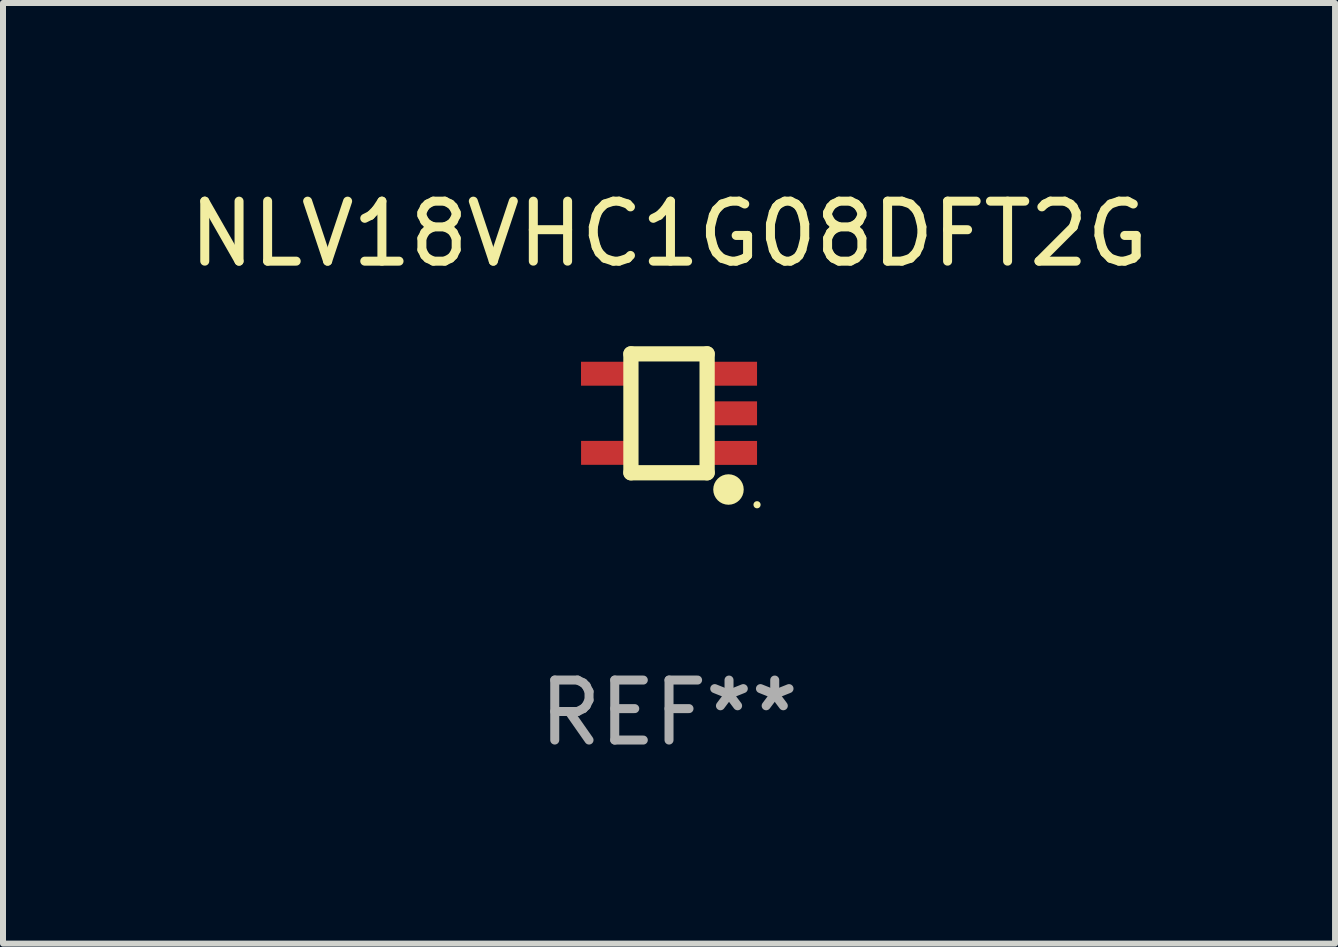
<source format=kicad_pcb>
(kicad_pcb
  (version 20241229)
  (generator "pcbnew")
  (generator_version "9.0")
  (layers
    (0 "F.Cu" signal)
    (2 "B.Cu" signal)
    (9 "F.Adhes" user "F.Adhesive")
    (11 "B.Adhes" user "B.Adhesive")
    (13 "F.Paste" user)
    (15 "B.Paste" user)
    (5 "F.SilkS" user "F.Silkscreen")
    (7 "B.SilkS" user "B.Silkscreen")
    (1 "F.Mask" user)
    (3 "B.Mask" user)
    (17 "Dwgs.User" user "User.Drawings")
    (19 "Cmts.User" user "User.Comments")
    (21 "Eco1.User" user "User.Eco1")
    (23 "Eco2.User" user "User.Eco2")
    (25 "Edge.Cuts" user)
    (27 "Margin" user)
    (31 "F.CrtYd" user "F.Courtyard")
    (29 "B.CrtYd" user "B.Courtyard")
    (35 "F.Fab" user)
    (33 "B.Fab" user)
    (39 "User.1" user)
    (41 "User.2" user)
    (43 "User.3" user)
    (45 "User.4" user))
  (footprint "NLV18VHC1G08DFT2G"
    (layer "F.Cu")
    (at 8.101 3.839)
    (property "Reference" "NLV18VHC1G08DFT2G" (at 0 -2.991 0) (layer "F.SilkS") (effects (font (size 1 1) (thickness 0.15))))
    (attr through_hole)
    (fp_line (start -0.635 -0.991) (end 0.635 -0.991) (stroke (width 0.254) (type solid)) (layer "F.SilkS"))
    (fp_line (start -0.635 0.991) (end -0.635 -0.991) (stroke (width 0.254) (type solid)) (layer "F.SilkS"))
    (fp_line (start 0.635 -0.991) (end 0.635 0.991) (stroke (width 0.254) (type solid)) (layer "F.SilkS"))
    (fp_line (start 0.635 0.991) (end -0.635 0.991) (stroke (width 0.254) (type solid)) (layer "F.SilkS"))
    (fp_circle (center 0.991 1.27) (end 1.118 1.27) (stroke (width 0.254) (type solid)) (fill no) (layer "F.SilkS"))
    (fp_circle (center 1.467 1.524) (end 1.497 1.524) (stroke (width 0.06) (type solid)) (fill no) (layer "F.SilkS"))
    (fp_text user "REF**" (at 0 4.991 0) (layer "F.Fab") (effects (font (size 1 1) (thickness 0.15))))
    (pad "1" smd rect (at 1.067 0.66 180) (size 0.8 0.399) (layers "F.Cu" "F.Mask" "F.Paste"))
    (pad "2" smd rect (at 1.067 0 180) (size 0.8 0.399) (layers "F.Cu" "F.Mask" "F.Paste"))
    (pad "3" smd rect (at 1.067 -0.66 180) (size 0.8 0.399) (layers "F.Cu" "F.Mask" "F.Paste"))
    (pad "4" smd rect (at -1.067 -0.66 180) (size 0.8 0.399) (layers "F.Cu" "F.Mask" "F.Paste"))
    (pad "5" smd rect (at -1.066 0.659 180) (size 0.8 0.399) (layers "F.Cu" "F.Mask" "F.Paste")))
  (gr_rect
    (start -3 -3)
    (end 19.202 12.678)
    (stroke (width 0.1) (type default))
    (fill no)
    (layer "Edge.Cuts")))
</source>
